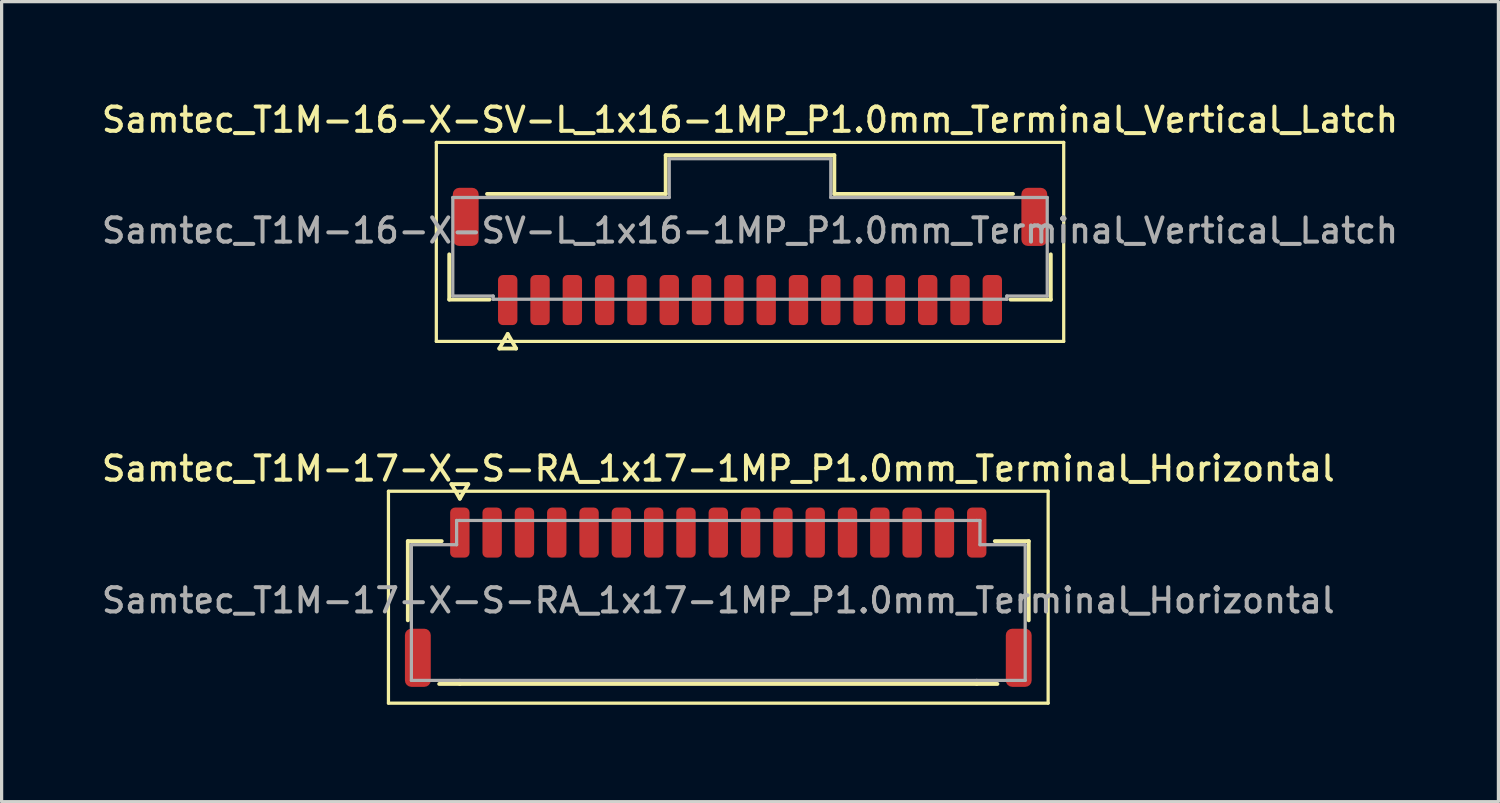
<source format=kicad_pcb>
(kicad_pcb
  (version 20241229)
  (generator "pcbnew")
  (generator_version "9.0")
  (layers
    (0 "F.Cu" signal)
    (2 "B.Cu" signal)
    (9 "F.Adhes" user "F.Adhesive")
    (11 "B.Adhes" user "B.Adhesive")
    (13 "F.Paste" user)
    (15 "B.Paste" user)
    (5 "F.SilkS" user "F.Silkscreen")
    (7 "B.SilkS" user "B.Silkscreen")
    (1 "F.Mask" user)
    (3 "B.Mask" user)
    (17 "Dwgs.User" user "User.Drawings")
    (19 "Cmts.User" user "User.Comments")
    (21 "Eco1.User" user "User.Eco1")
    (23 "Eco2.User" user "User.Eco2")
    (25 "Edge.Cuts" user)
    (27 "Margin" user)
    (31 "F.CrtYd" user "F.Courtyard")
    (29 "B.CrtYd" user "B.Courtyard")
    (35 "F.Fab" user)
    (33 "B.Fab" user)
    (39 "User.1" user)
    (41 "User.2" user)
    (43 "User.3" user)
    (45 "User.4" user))
  (footprint "Samtec_T1M-17-X-S-RA_1x17-1MP_P1.0mm_Terminal_Horizontal"
    (layer "F.Cu")
    (at 19.184 15.536)
    (property "Reference" "Samtec_T1M-17-X-S-RA_1x17-1MP_P1.0mm_Terminal_Horizontal" (at 0 -4.08 0) (layer "F.SilkS") (effects (font (size 0.75 0.75) (thickness 0.125))))
    (attr smd)
    (fp_line (start -10.21 -3.38) (end -10.21 3.18) (stroke (width 0.1) (type solid)) (layer "F.SilkS"))
    (fp_line (start -10.21 3.18) (end 10.21 3.18) (stroke (width 0.1) (type solid)) (layer "F.SilkS"))
    (fp_line (start -9.61 -1.835) (end -8.56 -1.835) (stroke (width 0.12) (type solid)) (layer "F.SilkS"))
    (fp_line (start -9.61 0.615) (end -9.61 -1.835) (stroke (width 0.12) (type solid)) (layer "F.SilkS"))
    (fp_line (start -8.26 -3.6) (end -8 -3.15) (stroke (width 0.12) (type solid)) (layer "F.SilkS"))
    (fp_line (start -8 -3.15) (end -7.74 -3.6) (stroke (width 0.12) (type solid)) (layer "F.SilkS"))
    (fp_line (start -8 2.585) (end -8.64 2.585) (stroke (width 0.12) (type solid)) (layer "F.SilkS"))
    (fp_line (start -7.74 -3.6) (end -8.26 -3.6) (stroke (width 0.12) (type solid)) (layer "F.SilkS"))
    (fp_line (start 8 2.585) (end -8 2.585) (stroke (width 0.12) (type solid)) (layer "F.SilkS"))
    (fp_line (start 8.56 -1.835) (end 9.61 -1.835) (stroke (width 0.12) (type solid)) (layer "F.SilkS"))
    (fp_line (start 8.64 2.585) (end 8 2.585) (stroke (width 0.12) (type solid)) (layer "F.SilkS"))
    (fp_line (start 9.61 -1.835) (end 9.61 0.615) (stroke (width 0.12) (type solid)) (layer "F.SilkS"))
    (fp_line (start 10.21 -3.38) (end -10.21 -3.38) (stroke (width 0.1) (type solid)) (layer "F.SilkS"))
    (fp_line (start 10.21 3.18) (end 10.21 -3.38) (stroke (width 0.1) (type solid)) (layer "F.SilkS"))
    (fp_line (start -9.5 -1.725) (end -8.1 -1.725) (stroke (width 0.1) (type solid)) (layer "F.Fab"))
    (fp_line (start -9.5 2.475) (end -9.5 -1.725) (stroke (width 0.1) (type solid)) (layer "F.Fab"))
    (fp_line (start -8.1 -2.475) (end -8 -2.475) (stroke (width 0.1) (type solid)) (layer "F.Fab"))
    (fp_line (start -8.1 -1.725) (end -8.1 -2.475) (stroke (width 0.1) (type solid)) (layer "F.Fab"))
    (fp_line (start -8 -2.475) (end 8 -2.475) (stroke (width 0.1) (type solid)) (layer "F.Fab"))
    (fp_line (start -8 2.475) (end -9.5 2.475) (stroke (width 0.1) (type solid)) (layer "F.Fab"))
    (fp_line (start 8 -2.475) (end 8.1 -2.475) (stroke (width 0.1) (type solid)) (layer "F.Fab"))
    (fp_line (start 8 2.475) (end -8 2.475) (stroke (width 0.1) (type solid)) (layer "F.Fab"))
    (fp_line (start 8.1 -2.475) (end 8.1 -1.725) (stroke (width 0.1) (type solid)) (layer "F.Fab"))
    (fp_line (start 8.1 -1.725) (end 9.5 -1.725) (stroke (width 0.1) (type solid)) (layer "F.Fab"))
    (fp_line (start 9.5 -1.725) (end 9.5 2.475) (stroke (width 0.1) (type solid)) (layer "F.Fab"))
    (fp_line (start 9.5 2.475) (end 8 2.475) (stroke (width 0.1) (type solid)) (layer "F.Fab"))
    (fp_text user "${REFERENCE}" (at 0 0 0) (layer "F.Fab") (effects (font (size 0.75 0.75) (thickness 0.125))))
    (pad "1" smd roundrect (at -8 -2.1) (size 0.6 1.55) (layers "F.Cu" "F.Mask" "F.Paste") (roundrect_rratio 0.25))
    (pad "2" smd roundrect (at -7 -2.1) (size 0.6 1.55) (layers "F.Cu" "F.Mask" "F.Paste") (roundrect_rratio 0.25))
    (pad "3" smd roundrect (at -6 -2.1) (size 0.6 1.55) (layers "F.Cu" "F.Mask" "F.Paste") (roundrect_rratio 0.25))
    (pad "4" smd roundrect (at -5 -2.1) (size 0.6 1.55) (layers "F.Cu" "F.Mask" "F.Paste") (roundrect_rratio 0.25))
    (pad "5" smd roundrect (at -4 -2.1) (size 0.6 1.55) (layers "F.Cu" "F.Mask" "F.Paste") (roundrect_rratio 0.25))
    (pad "6" smd roundrect (at -3 -2.1) (size 0.6 1.55) (layers "F.Cu" "F.Mask" "F.Paste") (roundrect_rratio 0.25))
    (pad "7" smd roundrect (at -2 -2.1) (size 0.6 1.55) (layers "F.Cu" "F.Mask" "F.Paste") (roundrect_rratio 0.25))
    (pad "8" smd roundrect (at -1 -2.1) (size 0.6 1.55) (layers "F.Cu" "F.Mask" "F.Paste") (roundrect_rratio 0.25))
    (pad "9" smd roundrect (at 0 -2.1) (size 0.6 1.55) (layers "F.Cu" "F.Mask" "F.Paste") (roundrect_rratio 0.25))
    (pad "10" smd roundrect (at 1 -2.1) (size 0.6 1.55) (layers "F.Cu" "F.Mask" "F.Paste") (roundrect_rratio 0.25))
    (pad "11" smd roundrect (at 2 -2.1) (size 0.6 1.55) (layers "F.Cu" "F.Mask" "F.Paste") (roundrect_rratio 0.25))
    (pad "12" smd roundrect (at 3 -2.1) (size 0.6 1.55) (layers "F.Cu" "F.Mask" "F.Paste") (roundrect_rratio 0.25))
    (pad "13" smd roundrect (at 4 -2.1) (size 0.6 1.55) (layers "F.Cu" "F.Mask" "F.Paste") (roundrect_rratio 0.25))
    (pad "14" smd roundrect (at 5 -2.1) (size 0.6 1.55) (layers "F.Cu" "F.Mask" "F.Paste") (roundrect_rratio 0.25))
    (pad "15" smd roundrect (at 6 -2.1) (size 0.6 1.55) (layers "F.Cu" "F.Mask" "F.Paste") (roundrect_rratio 0.25))
    (pad "16" smd roundrect (at 7 -2.1) (size 0.6 1.55) (layers "F.Cu" "F.Mask" "F.Paste") (roundrect_rratio 0.25))
    (pad "17" smd roundrect (at 8 -2.1) (size 0.6 1.55) (layers "F.Cu" "F.Mask" "F.Paste") (roundrect_rratio 0.25))
    (pad "MP" smd roundrect (at -9.3 1.775) (size 0.8 1.8) (layers "F.Cu" "F.Mask" "F.Paste") (roundrect_rratio 0.25))
    (pad "MP" smd roundrect (at 9.3 1.775) (size 0.8 1.8) (layers "F.Cu" "F.Mask" "F.Paste") (roundrect_rratio 0.25)))
  (footprint "Samtec_T1M-16-X-SV-L_1x16-1MP_P1.0mm_Terminal_Vertical_Latch"
    (layer "F.Cu")
    (at 20.166 4.088)
    (property "Reference" "Samtec_T1M-16-X-SV-L_1x16-1MP_P1.0mm_Terminal_Vertical_Latch" (at 0 -3.43 0) (layer "F.SilkS") (effects (font (size 0.75 0.75) (thickness 0.125))))
    (attr smd)
    (fp_line (start -9.71 -2.73) (end -9.71 3.43) (stroke (width 0.1) (type solid)) (layer "F.SilkS"))
    (fp_line (start -9.71 3.43) (end 9.71 3.43) (stroke (width 0.1) (type solid)) (layer "F.SilkS"))
    (fp_line (start -9.31 2.135) (end -9.31 0.735) (stroke (width 0.12) (type solid)) (layer "F.SilkS"))
    (fp_line (start -8.14 -1.135) (end -2.61 -1.135) (stroke (width 0.12) (type solid)) (layer "F.SilkS"))
    (fp_line (start -8.06 2.135) (end -9.31 2.135) (stroke (width 0.12) (type solid)) (layer "F.SilkS"))
    (fp_line (start -7.76 3.65) (end -7.5 3.2) (stroke (width 0.12) (type solid)) (layer "F.SilkS"))
    (fp_line (start -7.5 3.2) (end -7.24 3.65) (stroke (width 0.12) (type solid)) (layer "F.SilkS"))
    (fp_line (start -7.24 3.65) (end -7.76 3.65) (stroke (width 0.12) (type solid)) (layer "F.SilkS"))
    (fp_line (start -2.61 -2.335) (end 2.61 -2.335) (stroke (width 0.12) (type solid)) (layer "F.SilkS"))
    (fp_line (start -2.61 -1.135) (end -2.61 -2.335) (stroke (width 0.12) (type solid)) (layer "F.SilkS"))
    (fp_line (start 2.61 -2.335) (end 2.61 -1.135) (stroke (width 0.12) (type solid)) (layer "F.SilkS"))
    (fp_line (start 2.61 -1.135) (end 8.14 -1.135) (stroke (width 0.12) (type solid)) (layer "F.SilkS"))
    (fp_line (start 9.31 0.735) (end 9.31 2.135) (stroke (width 0.12) (type solid)) (layer "F.SilkS"))
    (fp_line (start 9.31 2.135) (end 8.06 2.135) (stroke (width 0.12) (type solid)) (layer "F.SilkS"))
    (fp_line (start 9.71 -2.73) (end -9.71 -2.73) (stroke (width 0.1) (type solid)) (layer "F.SilkS"))
    (fp_line (start 9.71 3.43) (end 9.71 -2.73) (stroke (width 0.1) (type solid)) (layer "F.SilkS"))
    (fp_line (start -9.2 -1.025) (end -2.5 -1.025) (stroke (width 0.1) (type solid)) (layer "F.Fab"))
    (fp_line (start -9.2 2.025) (end -9.2 -1.025) (stroke (width 0.1) (type solid)) (layer "F.Fab"))
    (fp_line (start -7.95 2.025) (end -9.2 2.025) (stroke (width 0.1) (type solid)) (layer "F.Fab"))
    (fp_line (start -7.95 2.125) (end -7.95 2.025) (stroke (width 0.1) (type solid)) (layer "F.Fab"))
    (fp_line (start -2.5 -2.225) (end 2.5 -2.225) (stroke (width 0.1) (type solid)) (layer "F.Fab"))
    (fp_line (start -2.5 -1.025) (end -2.5 -2.225) (stroke (width 0.1) (type solid)) (layer "F.Fab"))
    (fp_line (start 2.5 -2.225) (end 2.5 -1.025) (stroke (width 0.1) (type solid)) (layer "F.Fab"))
    (fp_line (start 2.5 -1.025) (end 9.2 -1.025) (stroke (width 0.1) (type solid)) (layer "F.Fab"))
    (fp_line (start 7.95 2.025) (end 7.95 2.125) (stroke (width 0.1) (type solid)) (layer "F.Fab"))
    (fp_line (start 7.95 2.125) (end -7.95 2.125) (stroke (width 0.1) (type solid)) (layer "F.Fab"))
    (fp_line (start 9.2 -1.025) (end 9.2 2.025) (stroke (width 0.1) (type solid)) (layer "F.Fab"))
    (fp_line (start 9.2 2.025) (end 7.95 2.025) (stroke (width 0.1) (type solid)) (layer "F.Fab"))
    (fp_text user "${REFERENCE}" (at 0 0 0) (layer "F.Fab") (effects (font (size 0.75 0.75) (thickness 0.125))))
    (pad "1" smd roundrect (at -7.5 2.15) (size 0.6 1.55) (layers "F.Cu" "F.Mask" "F.Paste") (roundrect_rratio 0.25))
    (pad "2" smd roundrect (at -6.5 2.15) (size 0.6 1.55) (layers "F.Cu" "F.Mask" "F.Paste") (roundrect_rratio 0.25))
    (pad "3" smd roundrect (at -5.5 2.15) (size 0.6 1.55) (layers "F.Cu" "F.Mask" "F.Paste") (roundrect_rratio 0.25))
    (pad "4" smd roundrect (at -4.5 2.15) (size 0.6 1.55) (layers "F.Cu" "F.Mask" "F.Paste") (roundrect_rratio 0.25))
    (pad "5" smd roundrect (at -3.5 2.15) (size 0.6 1.55) (layers "F.Cu" "F.Mask" "F.Paste") (roundrect_rratio 0.25))
    (pad "6" smd roundrect (at -2.5 2.15) (size 0.6 1.55) (layers "F.Cu" "F.Mask" "F.Paste") (roundrect_rratio 0.25))
    (pad "7" smd roundrect (at -1.5 2.15) (size 0.6 1.55) (layers "F.Cu" "F.Mask" "F.Paste") (roundrect_rratio 0.25))
    (pad "8" smd roundrect (at -0.5 2.15) (size 0.6 1.55) (layers "F.Cu" "F.Mask" "F.Paste") (roundrect_rratio 0.25))
    (pad "9" smd roundrect (at 0.5 2.15) (size 0.6 1.55) (layers "F.Cu" "F.Mask" "F.Paste") (roundrect_rratio 0.25))
    (pad "10" smd roundrect (at 1.5 2.15) (size 0.6 1.55) (layers "F.Cu" "F.Mask" "F.Paste") (roundrect_rratio 0.25))
    (pad "11" smd roundrect (at 2.5 2.15) (size 0.6 1.55) (layers "F.Cu" "F.Mask" "F.Paste") (roundrect_rratio 0.25))
    (pad "12" smd roundrect (at 3.5 2.15) (size 0.6 1.55) (layers "F.Cu" "F.Mask" "F.Paste") (roundrect_rratio 0.25))
    (pad "13" smd roundrect (at 4.5 2.15) (size 0.6 1.55) (layers "F.Cu" "F.Mask" "F.Paste") (roundrect_rratio 0.25))
    (pad "14" smd roundrect (at 5.5 2.15) (size 0.6 1.55) (layers "F.Cu" "F.Mask" "F.Paste") (roundrect_rratio 0.25))
    (pad "15" smd roundrect (at 6.5 2.15) (size 0.6 1.55) (layers "F.Cu" "F.Mask" "F.Paste") (roundrect_rratio 0.25))
    (pad "16" smd roundrect (at 7.5 2.15) (size 0.6 1.55) (layers "F.Cu" "F.Mask" "F.Paste") (roundrect_rratio 0.25))
    (pad "MP" smd roundrect (at -8.8 -0.425) (size 0.8 1.8) (layers "F.Cu" "F.Mask" "F.Paste") (roundrect_rratio 0.25))
    (pad "MP" smd roundrect (at 8.8 -0.425) (size 0.8 1.8) (layers "F.Cu" "F.Mask" "F.Paste") (roundrect_rratio 0.25)))
  (gr_rect
    (start -3 -3)
    (end 43.332 21.766)
    (stroke (width 0.1) (type default))
    (fill no)
    (layer "Edge.Cuts")))
</source>
